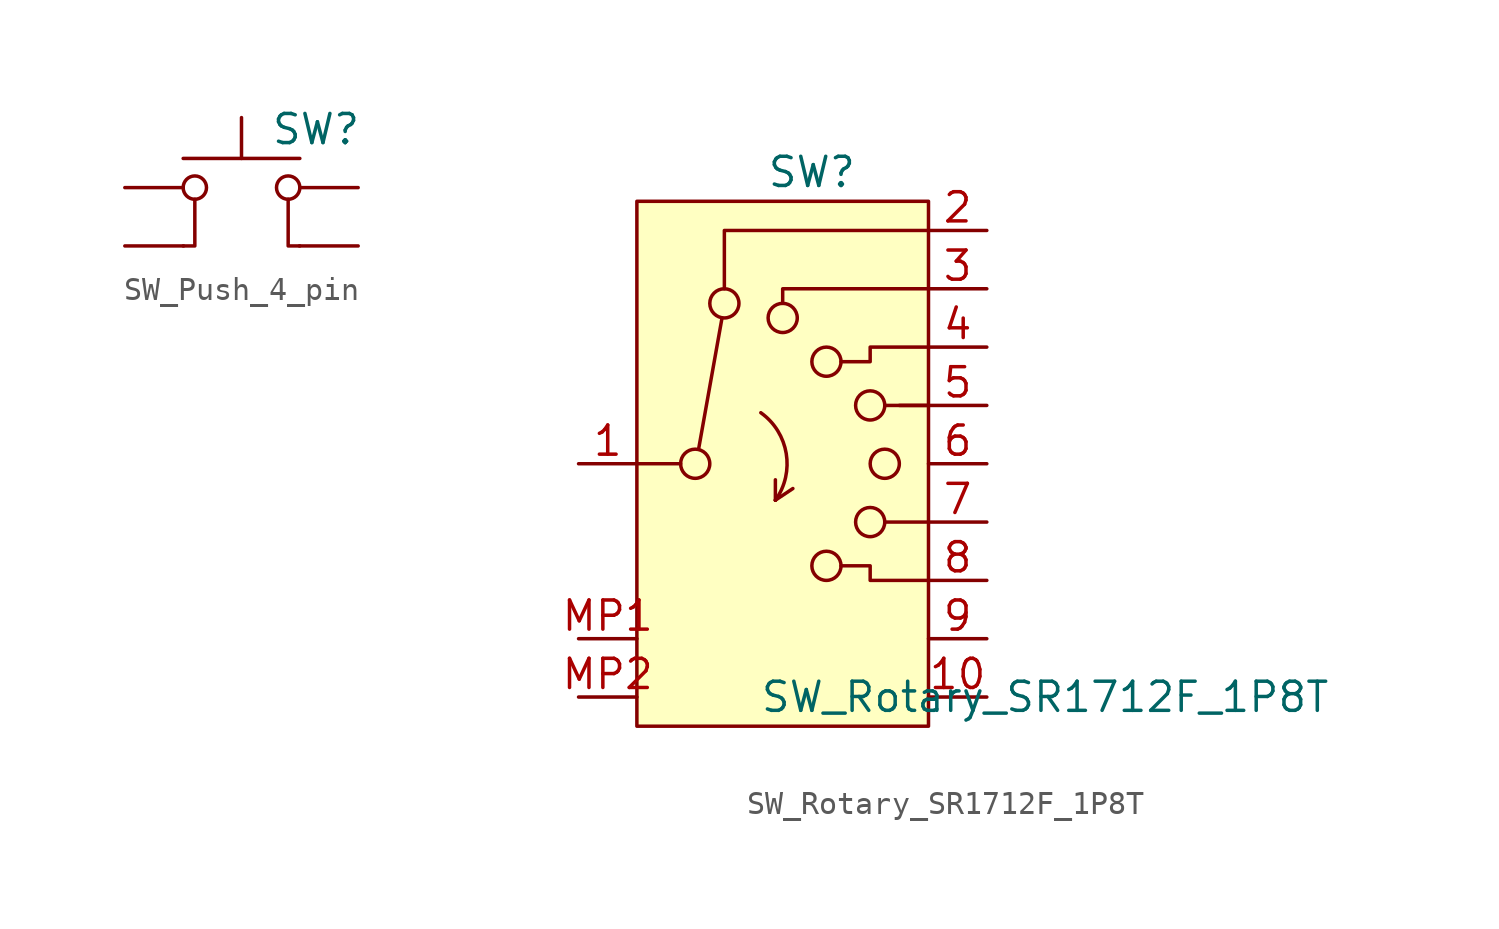
<source format=kicad_sym>
(kicad_symbol_lib
  (version 20241209)
  (generator "kicad_symbol_editor")
  (generator_version "9.0")
  (symbol "SW_Push_4_pin"
    (pin_numbers
      (hide yes))
    (pin_names
      (offset 1.016)
      (hide yes))
    (property "Reference" "SW"
      (at 6.35 5.08 0)
      (effects (font (size 1.27 1.27)) (justify left)))
    (symbol "SW_Push_4_pin_0_1"
      (polyline (pts (xy 2.54 0) (xy 3.048 0) (xy 3.048 2.032)) (stroke (width 0) (type default)) (fill (type none)))
      (circle (center 3.048 2.54) (radius 0.508) (stroke (width 0) (type default)) (fill (type none)))
      (polyline (pts (xy 5.08 3.81) (xy 5.08 5.588)) (stroke (width 0) (type default)) (fill (type none)))
      (circle (center 7.112 2.54) (radius 0.508) (stroke (width 0) (type default)) (fill (type none)))
      (polyline (pts (xy 7.62 3.81) (xy 2.54 3.81)) (stroke (width 0) (type default)) (fill (type none)))
      (polyline (pts (xy 7.62 0) (xy 7.112 0) (xy 7.112 2.032)) (stroke (width 0) (type default)) (fill (type none)))
      (pin passive line (at 0 2.54 0) (length 2.54) (name "1" (effects (font (size 1.27 1.27)))) (number "1" (effects (font (size 1.27 1.27)))))
      (pin passive line (at 10.16 2.54 180) (length 2.54) (name "2" (effects (font (size 1.27 1.27)))) (number "2" (effects (font (size 1.27 1.27))))))
    (symbol "SW_Push_4_pin_1_0"
      (pin passive line (at 0 0 0) (length 2.56) (name "3" (effects (font (size 1.27 1.27)))) (number "3" (effects (font (size 1.27 1.27)))))
      (pin passive line (at 10.16 0 180) (length 2.56) (name "4" (effects (font (size 1.27 1.27)))) (number "4" (effects (font (size 1.27 1.27)))))))
  (symbol "SW_Rotary_SR1712F_1P8T"
    (pin_names
      (hide yes))
    (property "Reference" "SW"
      (at 0 12.7 0)
      (effects (font (size 1.27 1.27))))
    (property "Value" "SW_Rotary_SR1712F_1P8T"
      (at 10.16 -10.16 0)
      (effects (font (size 1.27 1.27))))
    (symbol "SW_Rotary_SR1712F_1P8T_0_1"
      (polyline (pts (xy -7.62 0) (xy -5.715 0)) (stroke (width 0) (type default)) (fill (type none)))
      (circle (center -5.08 0) (radius 0.635) (stroke (width 0) (type default)) (fill (type none)))
      (polyline (pts (xy -4.928 0.66) (xy -3.912 6.35)) (stroke (width 0) (type default)) (fill (type none)))
      (circle (center -3.81 6.985) (radius 0.635) (stroke (width 0) (type default)) (fill (type none)))
      (arc (start -2.2226 2.2225) (mid -1.116 0.449) (end -1.5876 -1.5875) (stroke (width 0) (type default)) (fill (type none)))
      (polyline (pts (xy -1.588 -1.587) (xy -1.588 -0.699)) (stroke (width 0) (type default)) (fill (type none)))
      (polyline (pts (xy -1.588 -1.587) (xy -1.588 -1.587)) (stroke (width 0) (type default)) (fill (type none)))
      (polyline (pts (xy -1.588 -1.587) (xy -0.826 -1.079)) (stroke (width 0) (type default)) (fill (type none)))
      (circle (center -1.27 6.35) (radius 0.635) (stroke (width 0) (type default)) (fill (type none)))
      (circle (center 0.635 4.445) (radius 0.635) (stroke (width 0) (type default)) (fill (type none)))
      (circle (center 0.635 -4.445) (radius 0.635) (stroke (width 0) (type default)) (fill (type none)))
      (circle (center 2.54 2.54) (radius 0.635) (stroke (width 0) (type default)) (fill (type none)))
      (circle (center 2.54 -2.54) (radius 0.635) (stroke (width 0) (type default)) (fill (type none)))
      (circle (center 3.175 0) (radius 0.635) (stroke (width 0) (type default)) (fill (type none)))
      (polyline (pts (xy 5.08 7.62) (xy -1.27 7.62) (xy -1.27 7.62) (xy -1.27 6.985)) (stroke (width 0) (type default)) (fill (type none)))
      (polyline (pts (xy 5.08 5.08) (xy 2.54 5.08) (xy 2.54 4.445) (xy 1.27 4.445)) (stroke (width 0) (type default)) (fill (type none)))
      (polyline (pts (xy 5.08 2.54) (xy 3.175 2.54)) (stroke (width 0) (type default)) (fill (type none)))
      (polyline (pts (xy 5.08 2.54) (xy 3.81 2.54)) (stroke (width 0) (type default)) (fill (type none)))
      (polyline (pts (xy 5.08 -2.54) (xy 3.175 -2.54)) (stroke (width 0) (type default)) (fill (type none)))
      (polyline (pts (xy 5.08 -5.08) (xy 2.54 -5.08) (xy 2.54 -4.445) (xy 1.27 -4.445)) (stroke (width 0) (type default)) (fill (type none))))
    (symbol "SW_Rotary_SR1712F_1P8T_1_1"
      (polyline (pts (xy -7.62 11.43) (xy 5.08 11.43) (xy 5.08 -11.43) (xy -7.62 -11.43) (xy -7.62 11.43) (xy -7.62 11.43)) (stroke (width 0) (type default)) (fill (type background)))
      (polyline (pts (xy 5.08 10.16) (xy -3.81 10.16) (xy -3.81 7.62)) (stroke (width 0) (type default)) (fill (type none)))
      (pin passive line (at -10.16 0 0) (length 2.54) (name "" (effects (font (size 1.27 1.27)))) (number "1" (effects (font (size 1.27 1.27)))))
      (pin passive line (at -10.16 -7.62 0) (length 2.54) (name "" (effects (font (size 1.27 1.27)))) (number "MP1" (effects (font (size 1.27 1.27)))))
      (pin passive line (at -10.16 -10.16 0) (length 2.54) (name "" (effects (font (size 1.27 1.27)))) (number "MP2" (effects (font (size 1.27 1.27)))))
      (pin passive line (at 7.62 10.16 180) (length 2.54) (name "" (effects (font (size 1.27 1.27)))) (number "2" (effects (font (size 1.27 1.27)))))
      (pin passive line (at 7.62 7.62 180) (length 2.54) (name "" (effects (font (size 1.27 1.27)))) (number "3" (effects (font (size 1.27 1.27)))))
      (pin passive line (at 7.62 5.08 180) (length 2.54) (name "" (effects (font (size 1.27 1.27)))) (number "4" (effects (font (size 1.27 1.27)))))
      (pin passive line (at 7.62 2.54 180) (length 2.54) (name "" (effects (font (size 1.27 1.27)))) (number "5" (effects (font (size 1.27 1.27)))))
      (pin passive line (at 7.62 0 180) (length 2.54) (name "" (effects (font (size 1.27 1.27)))) (number "6" (effects (font (size 1.27 1.27)))))
      (pin passive line (at 7.62 -2.54 180) (length 2.54) (name "" (effects (font (size 1.27 1.27)))) (number "7" (effects (font (size 1.27 1.27)))))
      (pin passive line (at 7.62 -5.08 180) (length 2.54) (name "" (effects (font (size 1.27 1.27)))) (number "8" (effects (font (size 1.27 1.27)))))
      (pin passive line (at 7.62 -7.62 180) (length 2.54) (name "" (effects (font (size 1.27 1.27)))) (number "9" (effects (font (size 1.27 1.27)))))
      (pin passive line (at 7.62 -10.16 180) (length 2.54) (name "" (effects (font (size 1.27 1.27)))) (number "10" (effects (font (size 1.27 1.27))))))))
</source>
